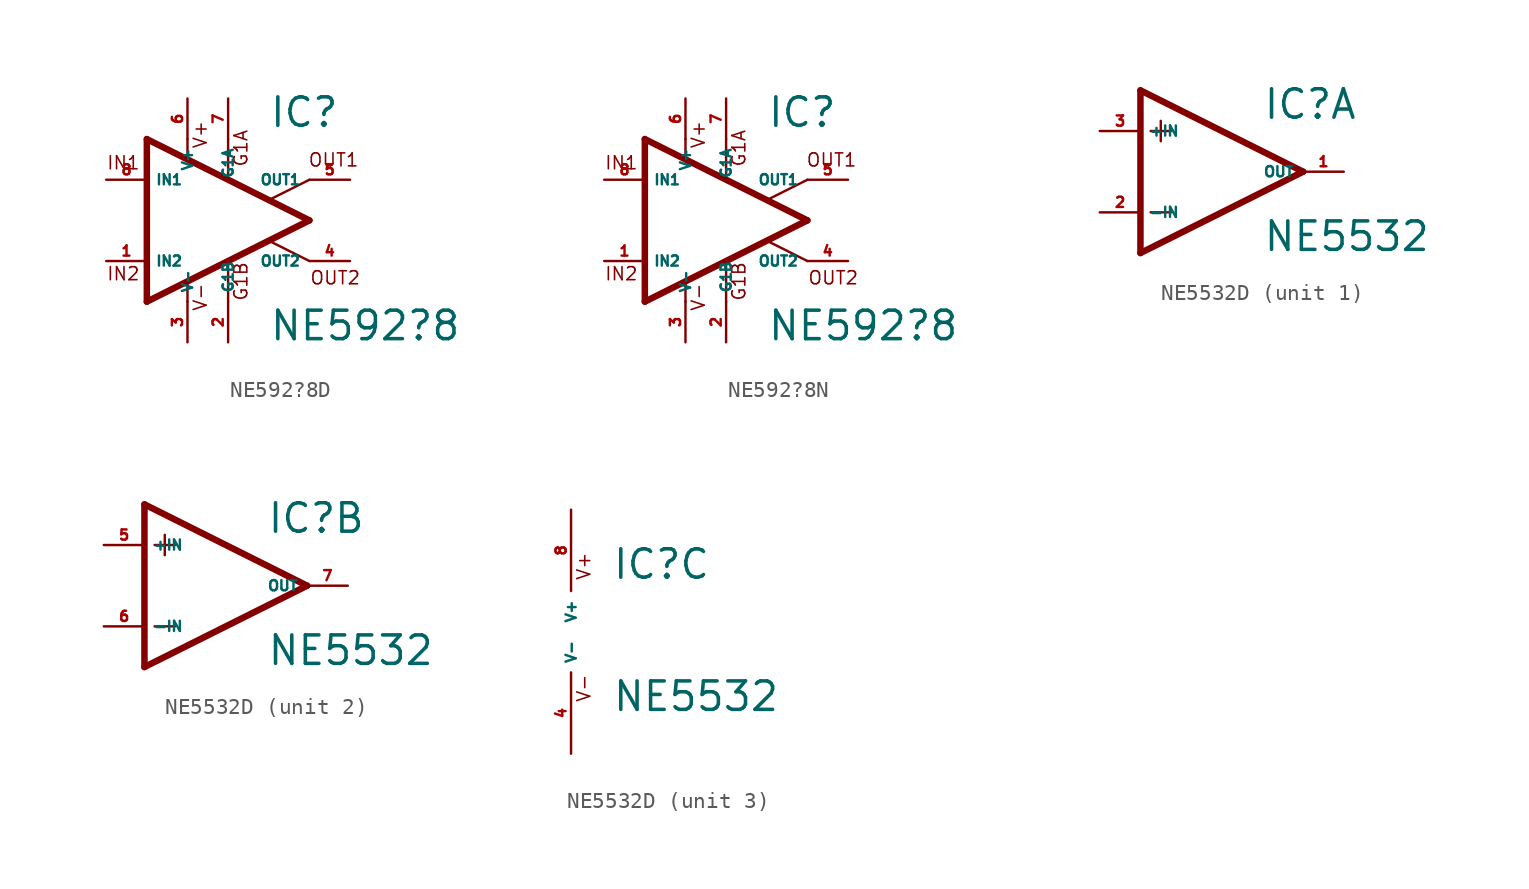
<source format=kicad_sym>
(kicad_symbol_lib
  (version 20220914)
  (generator Eagle2Kicad)
  (symbol "NE592?8D"
    (property "Reference" "IC"
      (at 2.54 5.715 0)
      (effects (font (size 1.778 1.778) (thickness 0.22)) (justify left bottom)))
    (property "Value" "NE592?8"
      (at 2.54 -7.62 0)
      (effects (font (size 1.778 1.778) (thickness 0.22)) (justify left bottom)))
    (polyline
      (pts (xy -5.08 5.08) (xy -5.08 -5.08))
      (stroke (width 0.406) (type default))
      (fill (type none)))
    (polyline
      (pts (xy -5.08 -5.08) (xy 5.08 0))
      (stroke (width 0.406) (type default))
      (fill (type none)))
    (polyline
      (pts (xy 5.08 0) (xy -5.08 5.08))
      (stroke (width 0.406) (type default))
      (fill (type none)))
    (polyline
      (pts (xy -2.54 5.08) (xy -2.54 3.886))
      (stroke (width 0.152) (type default))
      (fill (type none)))
    (polyline
      (pts (xy 0 5.08) (xy 0 2.616))
      (stroke (width 0.152) (type default))
      (fill (type none)))
    (polyline
      (pts (xy 5.08 2.54) (xy 2.591 1.295))
      (stroke (width 0.152) (type default))
      (fill (type none)))
    (polyline
      (pts (xy 5.08 -2.54) (xy 2.591 -1.295))
      (stroke (width 0.152) (type default))
      (fill (type none)))
    (polyline
      (pts (xy 0 -2.616) (xy 0 -5.08))
      (stroke (width 0.152) (type default))
      (fill (type none)))
    (polyline
      (pts (xy -2.54 -3.886) (xy -2.54 -5.08))
      (stroke (width 0.152) (type default))
      (fill (type none)))
    (text "IN1"
      (at -7.62 3.124 0)
      (effects (font (size 0.813 0.813) (thickness 0.10)) (justify left bottom)))
    (text "IN2"
      (at -7.62 -3.81 0)
      (effects (font (size 0.813 0.813) (thickness 0.10)) (justify left bottom)))
    (text "OUT1"
      (at 4.978 3.302 0)
      (effects (font (size 0.813 0.813) (thickness 0.10)) (justify left bottom)))
    (text "OUT2"
      (at 5.08 -4.064 0)
      (effects (font (size 0.813 0.813) (thickness 0.10)) (justify left bottom)))
    (text "G1A"
      (at 1.27 3.302 900)
      (effects (font (size 0.813 0.813) (thickness 0.10)) (justify left bottom)))
    (text "G1B"
      (at 1.27 -5.08 900)
      (effects (font (size 0.813 0.813) (thickness 0.10)) (justify left bottom)))
    (text "V+"
      (at -1.27 4.445 900)
      (effects (font (size 0.813 0.813) (thickness 0.10)) (justify left bottom)))
    (text "V-"
      (at -1.27 -5.715 900)
      (effects (font (size 0.813 0.813) (thickness 0.10)) (justify left bottom)))
    (pin input line
      (at 0 7.62 270)
      (length 2.54)
      (name "G1A" (effects (font (size 0.635 0.635) (thickness 0.08)) (justify left bottom)))
      (number "7" (effects (font (size 0.635 0.635) (thickness 0.08)) (justify left bottom))))
    (pin input line
      (at -7.62 2.54 0)
      (length 2.54)
      (name "IN1" (effects (font (size 0.635 0.635) (thickness 0.08)) (justify left bottom)))
      (number "8" (effects (font (size 0.635 0.635) (thickness 0.08)) (justify left bottom))))
    (pin input line
      (at -7.62 -2.54 0)
      (length 2.54)
      (name "IN2" (effects (font (size 0.635 0.635) (thickness 0.08)) (justify left bottom)))
      (number "1" (effects (font (size 0.635 0.635) (thickness 0.08)) (justify left bottom))))
    (pin output line
      (at 7.62 -2.54 180)
      (length 2.54)
      (name "OUT2" (effects (font (size 0.635 0.635) (thickness 0.08)) (justify left bottom)))
      (number "4" (effects (font (size 0.635 0.635) (thickness 0.08)) (justify left bottom))))
    (pin output line
      (at 7.62 2.54 180)
      (length 2.54)
      (name "OUT1" (effects (font (size 0.635 0.635) (thickness 0.08)) (justify left bottom)))
      (number "5" (effects (font (size 0.635 0.635) (thickness 0.08)) (justify left bottom))))
    (pin input line
      (at 0 -7.62 90)
      (length 2.54)
      (name "G1B" (effects (font (size 0.635 0.635) (thickness 0.08)) (justify left bottom)))
      (number "2" (effects (font (size 0.635 0.635) (thickness 0.08)) (justify left bottom))))
    (pin unspecified line
      (at -2.54 7.62 270)
      (length 2.54)
      (name "V+" (effects (font (size 0.635 0.635) (thickness 0.08)) (justify left bottom)))
      (number "6" (effects (font (size 0.635 0.635) (thickness 0.08)) (justify left bottom))))
    (pin unspecified line
      (at -2.54 -7.62 90)
      (length 2.54)
      (name "V-" (effects (font (size 0.635 0.635) (thickness 0.08)) (justify left bottom)))
      (number "3" (effects (font (size 0.635 0.635) (thickness 0.08)) (justify left bottom)))))
  (symbol "NE592?8N"
    (property "Reference" "IC"
      (at 2.54 5.715 0)
      (effects (font (size 1.778 1.778) (thickness 0.22)) (justify left bottom)))
    (property "Value" "NE592?8"
      (at 2.54 -7.62 0)
      (effects (font (size 1.778 1.778) (thickness 0.22)) (justify left bottom)))
    (polyline
      (pts (xy -5.08 5.08) (xy -5.08 -5.08))
      (stroke (width 0.406) (type default))
      (fill (type none)))
    (polyline
      (pts (xy -5.08 -5.08) (xy 5.08 0))
      (stroke (width 0.406) (type default))
      (fill (type none)))
    (polyline
      (pts (xy 5.08 0) (xy -5.08 5.08))
      (stroke (width 0.406) (type default))
      (fill (type none)))
    (polyline
      (pts (xy -2.54 5.08) (xy -2.54 3.886))
      (stroke (width 0.152) (type default))
      (fill (type none)))
    (polyline
      (pts (xy 0 5.08) (xy 0 2.616))
      (stroke (width 0.152) (type default))
      (fill (type none)))
    (polyline
      (pts (xy 5.08 2.54) (xy 2.591 1.295))
      (stroke (width 0.152) (type default))
      (fill (type none)))
    (polyline
      (pts (xy 5.08 -2.54) (xy 2.591 -1.295))
      (stroke (width 0.152) (type default))
      (fill (type none)))
    (polyline
      (pts (xy 0 -2.616) (xy 0 -5.08))
      (stroke (width 0.152) (type default))
      (fill (type none)))
    (polyline
      (pts (xy -2.54 -3.886) (xy -2.54 -5.08))
      (stroke (width 0.152) (type default))
      (fill (type none)))
    (text "IN1"
      (at -7.62 3.124 0)
      (effects (font (size 0.813 0.813) (thickness 0.10)) (justify left bottom)))
    (text "IN2"
      (at -7.62 -3.81 0)
      (effects (font (size 0.813 0.813) (thickness 0.10)) (justify left bottom)))
    (text "OUT1"
      (at 4.978 3.302 0)
      (effects (font (size 0.813 0.813) (thickness 0.10)) (justify left bottom)))
    (text "OUT2"
      (at 5.08 -4.064 0)
      (effects (font (size 0.813 0.813) (thickness 0.10)) (justify left bottom)))
    (text "G1A"
      (at 1.27 3.302 900)
      (effects (font (size 0.813 0.813) (thickness 0.10)) (justify left bottom)))
    (text "G1B"
      (at 1.27 -5.08 900)
      (effects (font (size 0.813 0.813) (thickness 0.10)) (justify left bottom)))
    (text "V+"
      (at -1.27 4.445 900)
      (effects (font (size 0.813 0.813) (thickness 0.10)) (justify left bottom)))
    (text "V-"
      (at -1.27 -5.715 900)
      (effects (font (size 0.813 0.813) (thickness 0.10)) (justify left bottom)))
    (pin input line
      (at 0 7.62 270)
      (length 2.54)
      (name "G1A" (effects (font (size 0.635 0.635) (thickness 0.08)) (justify left bottom)))
      (number "7" (effects (font (size 0.635 0.635) (thickness 0.08)) (justify left bottom))))
    (pin input line
      (at -7.62 2.54 0)
      (length 2.54)
      (name "IN1" (effects (font (size 0.635 0.635) (thickness 0.08)) (justify left bottom)))
      (number "8" (effects (font (size 0.635 0.635) (thickness 0.08)) (justify left bottom))))
    (pin input line
      (at -7.62 -2.54 0)
      (length 2.54)
      (name "IN2" (effects (font (size 0.635 0.635) (thickness 0.08)) (justify left bottom)))
      (number "1" (effects (font (size 0.635 0.635) (thickness 0.08)) (justify left bottom))))
    (pin output line
      (at 7.62 -2.54 180)
      (length 2.54)
      (name "OUT2" (effects (font (size 0.635 0.635) (thickness 0.08)) (justify left bottom)))
      (number "4" (effects (font (size 0.635 0.635) (thickness 0.08)) (justify left bottom))))
    (pin output line
      (at 7.62 2.54 180)
      (length 2.54)
      (name "OUT1" (effects (font (size 0.635 0.635) (thickness 0.08)) (justify left bottom)))
      (number "5" (effects (font (size 0.635 0.635) (thickness 0.08)) (justify left bottom))))
    (pin input line
      (at 0 -7.62 90)
      (length 2.54)
      (name "G1B" (effects (font (size 0.635 0.635) (thickness 0.08)) (justify left bottom)))
      (number "2" (effects (font (size 0.635 0.635) (thickness 0.08)) (justify left bottom))))
    (pin unspecified line
      (at -2.54 7.62 270)
      (length 2.54)
      (name "V+" (effects (font (size 0.635 0.635) (thickness 0.08)) (justify left bottom)))
      (number "6" (effects (font (size 0.635 0.635) (thickness 0.08)) (justify left bottom))))
    (pin unspecified line
      (at -2.54 -7.62 90)
      (length 2.54)
      (name "V-" (effects (font (size 0.635 0.635) (thickness 0.08)) (justify left bottom)))
      (number "3" (effects (font (size 0.635 0.635) (thickness 0.08)) (justify left bottom)))))
  (symbol "NE5532D"
    (property "Reference" "IC"
      (at 2.54 3.175 0)
      (effects (font (size 1.778 1.778) (thickness 0.22)) (justify left bottom)))
    (property "Value" "NE5532"
      (at 2.54 -5.08 0)
      (effects (font (size 1.778 1.778) (thickness 0.22)) (justify left bottom)))
    (symbol "NE5532D_1_0"
      (polyline (pts (xy -5.08 5.08) (xy -5.08 -5.08)) (stroke (width 0.406) (type default)) (fill (type none)))
      (polyline (pts (xy -5.08 -5.08) (xy 5.08 0)) (stroke (width 0.406) (type default)) (fill (type none)))
      (polyline (pts (xy 5.08 0) (xy -5.08 5.08)) (stroke (width 0.406) (type default)) (fill (type none)))
      (polyline (pts (xy -3.81 3.175) (xy -3.81 1.905)) (stroke (width 0.152) (type default)) (fill (type none)))
      (polyline (pts (xy -4.445 2.54) (xy -3.175 2.54)) (stroke (width 0.152) (type default)) (fill (type none)))
      (polyline (pts (xy -4.445 -2.54) (xy -3.175 -2.54)) (stroke (width 0.152) (type default)) (fill (type none)))
      (pin input line (at -7.62 -2.54 0) (length 2.54) (name "-IN" (effects (font (size 0.635 0.635) (thickness 0.08)) (justify left bottom))) (number "2" (effects (font (size 0.635 0.635) (thickness 0.08)) (justify left bottom))))
      (pin input line (at -7.62 2.54 0) (length 2.54) (name "+IN" (effects (font (size 0.635 0.635) (thickness 0.08)) (justify left bottom))) (number "3" (effects (font (size 0.635 0.635) (thickness 0.08)) (justify left bottom))))
      (pin output line (at 7.62 0 180) (length 2.54) (name "OUT" (effects (font (size 0.635 0.635) (thickness 0.08)) (justify left bottom))) (number "1" (effects (font (size 0.635 0.635) (thickness 0.08)) (justify left bottom)))))
    (symbol "NE5532D_2_0"
      (polyline (pts (xy -5.08 5.08) (xy -5.08 -5.08)) (stroke (width 0.406) (type default)) (fill (type none)))
      (polyline (pts (xy -5.08 -5.08) (xy 5.08 0)) (stroke (width 0.406) (type default)) (fill (type none)))
      (polyline (pts (xy 5.08 0) (xy -5.08 5.08)) (stroke (width 0.406) (type default)) (fill (type none)))
      (polyline (pts (xy -3.81 3.175) (xy -3.81 1.905)) (stroke (width 0.152) (type default)) (fill (type none)))
      (polyline (pts (xy -4.445 2.54) (xy -3.175 2.54)) (stroke (width 0.152) (type default)) (fill (type none)))
      (polyline (pts (xy -4.445 -2.54) (xy -3.175 -2.54)) (stroke (width 0.152) (type default)) (fill (type none)))
      (pin input line (at -7.62 -2.54 0) (length 2.54) (name "-IN" (effects (font (size 0.635 0.635) (thickness 0.08)) (justify left bottom))) (number "6" (effects (font (size 0.635 0.635) (thickness 0.08)) (justify left bottom))))
      (pin input line (at -7.62 2.54 0) (length 2.54) (name "+IN" (effects (font (size 0.635 0.635) (thickness 0.08)) (justify left bottom))) (number "5" (effects (font (size 0.635 0.635) (thickness 0.08)) (justify left bottom))))
      (pin output line (at 7.62 0 180) (length 2.54) (name "OUT" (effects (font (size 0.635 0.635) (thickness 0.08)) (justify left bottom))) (number "7" (effects (font (size 0.635 0.635) (thickness 0.08)) (justify left bottom)))))
    (symbol "NE5532D_3_0"
      (text "V+" (at 1.27 3.175 900) (effects (font (size 0.813 0.813) (thickness 0.10)) (justify left bottom)))
      (text "V-" (at 1.27 -4.445 900) (effects (font (size 0.813 0.813) (thickness 0.10)) (justify left bottom)))
      (pin unspecified line (at 0 7.62 270) (length 5.08) (name "V+" (effects (font (size 0.635 0.635) (thickness 0.08)) (justify left bottom))) (number "8" (effects (font (size 0.635 0.635) (thickness 0.08)) (justify left bottom))))
      (pin unspecified line (at 0 -7.62 90) (length 5.08) (name "V-" (effects (font (size 0.635 0.635) (thickness 0.08)) (justify left bottom))) (number "4" (effects (font (size 0.635 0.635) (thickness 0.08)) (justify left bottom)))))))
</source>
